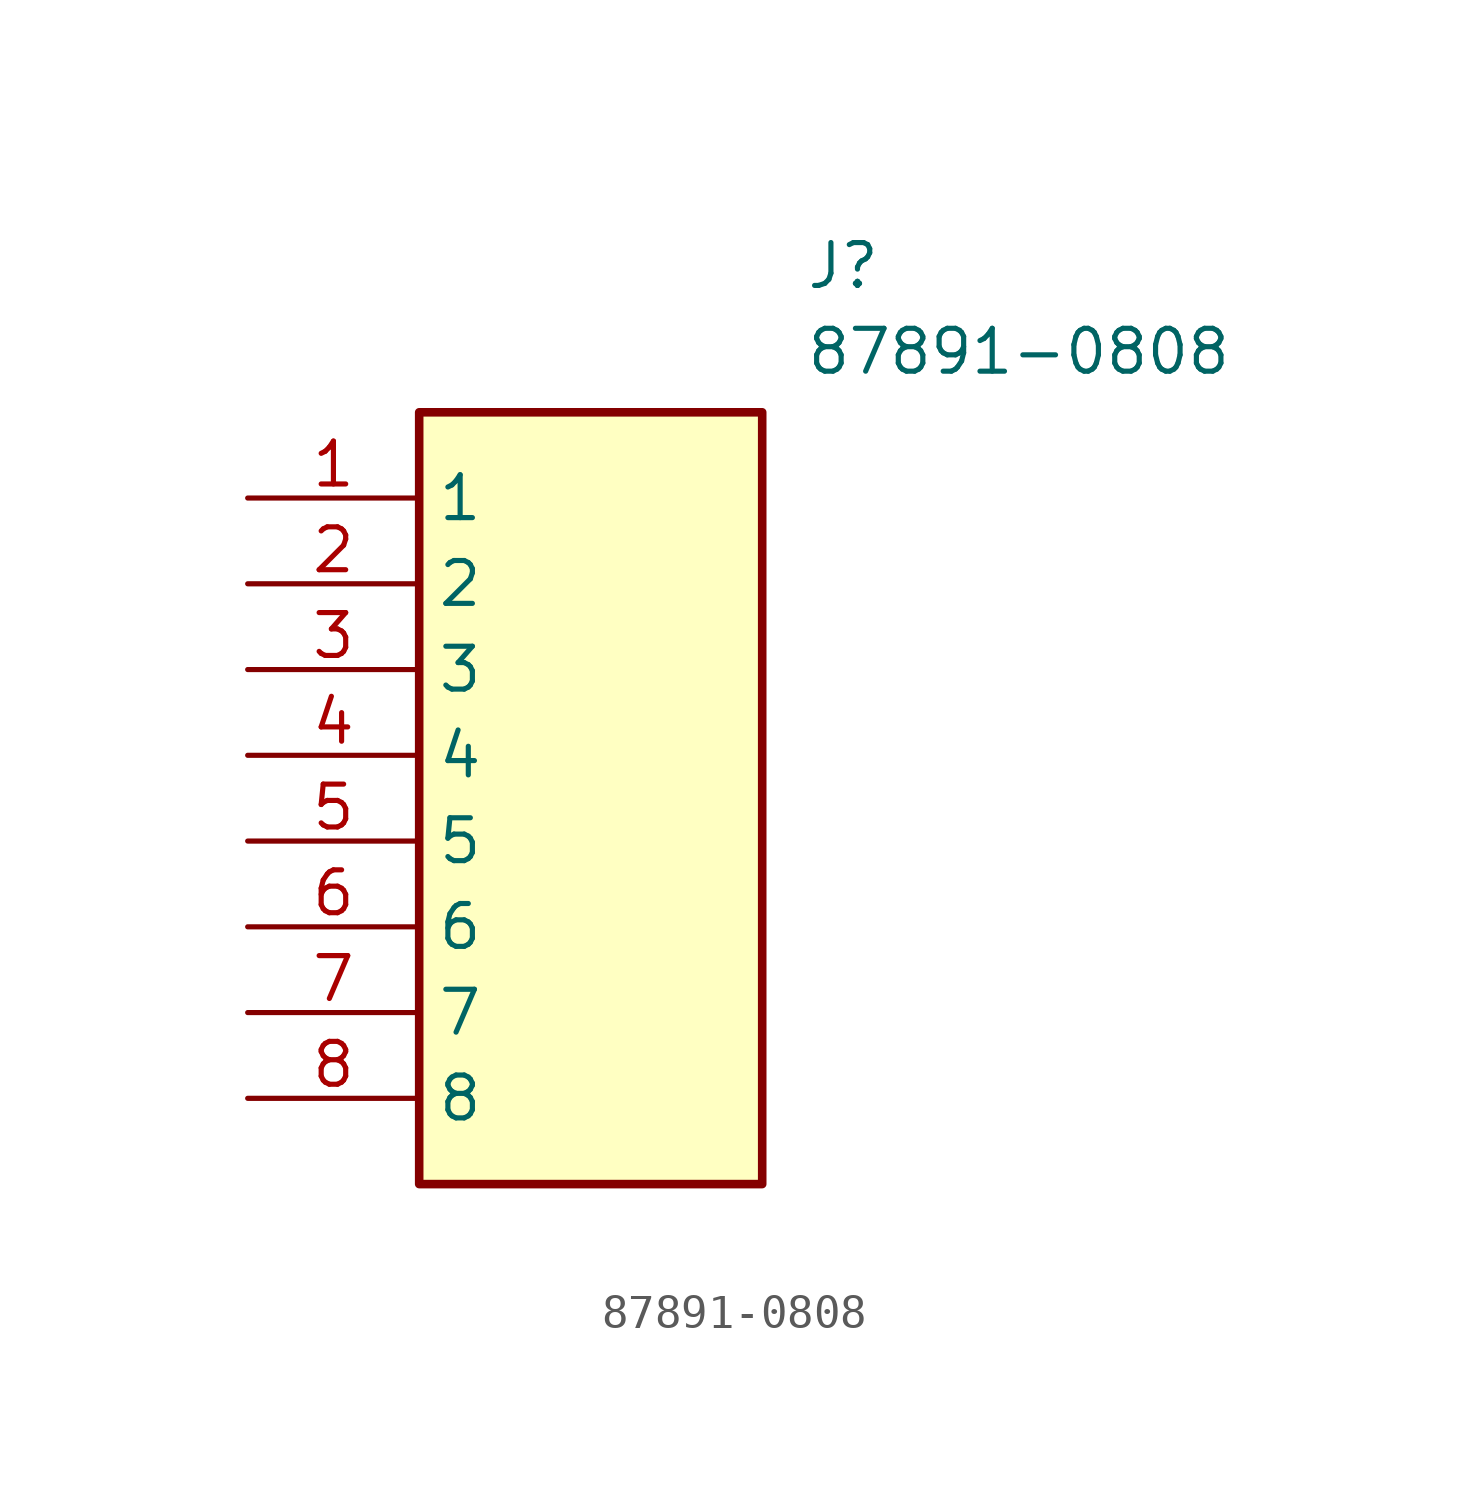
<source format=kicad_sym>
(kicad_symbol_lib
  (version 20211014)
  (generator SamacSys_ECAD_Model)
  (symbol "87891-0808"
    (property "Reference" "J"
      (at 16.51 7.62 0)
      (effects (font (size 1.27 1.27)) (justify left top)))
    (property "Value" "87891-0808"
      (at 16.51 5.08 0)
      (effects (font (size 1.27 1.27)) (justify left top)))
    (rectangle
      (start 5.08 2.54)
      (end 15.24 -20.32)
      (stroke (width 0.254) (type default))
      (fill (type background)))
    (pin passive line
      (at 0 0 0)
      (length 5.08)
      (name "1" (effects (font (size 1.27 1.27))))
      (number "1" (effects (font (size 1.27 1.27)))))
    (pin passive line
      (at 0 -2.54 0)
      (length 5.08)
      (name "2" (effects (font (size 1.27 1.27))))
      (number "2" (effects (font (size 1.27 1.27)))))
    (pin passive line
      (at 0 -5.08 0)
      (length 5.08)
      (name "3" (effects (font (size 1.27 1.27))))
      (number "3" (effects (font (size 1.27 1.27)))))
    (pin passive line
      (at 0 -7.62 0)
      (length 5.08)
      (name "4" (effects (font (size 1.27 1.27))))
      (number "4" (effects (font (size 1.27 1.27)))))
    (pin passive line
      (at 0 -10.16 0)
      (length 5.08)
      (name "5" (effects (font (size 1.27 1.27))))
      (number "5" (effects (font (size 1.27 1.27)))))
    (pin passive line
      (at 0 -12.7 0)
      (length 5.08)
      (name "6" (effects (font (size 1.27 1.27))))
      (number "6" (effects (font (size 1.27 1.27)))))
    (pin passive line
      (at 0 -15.24 0)
      (length 5.08)
      (name "7" (effects (font (size 1.27 1.27))))
      (number "7" (effects (font (size 1.27 1.27)))))
    (pin passive line
      (at 0 -17.78 0)
      (length 5.08)
      (name "8" (effects (font (size 1.27 1.27))))
      (number "8" (effects (font (size 1.27 1.27)))))))
</source>
